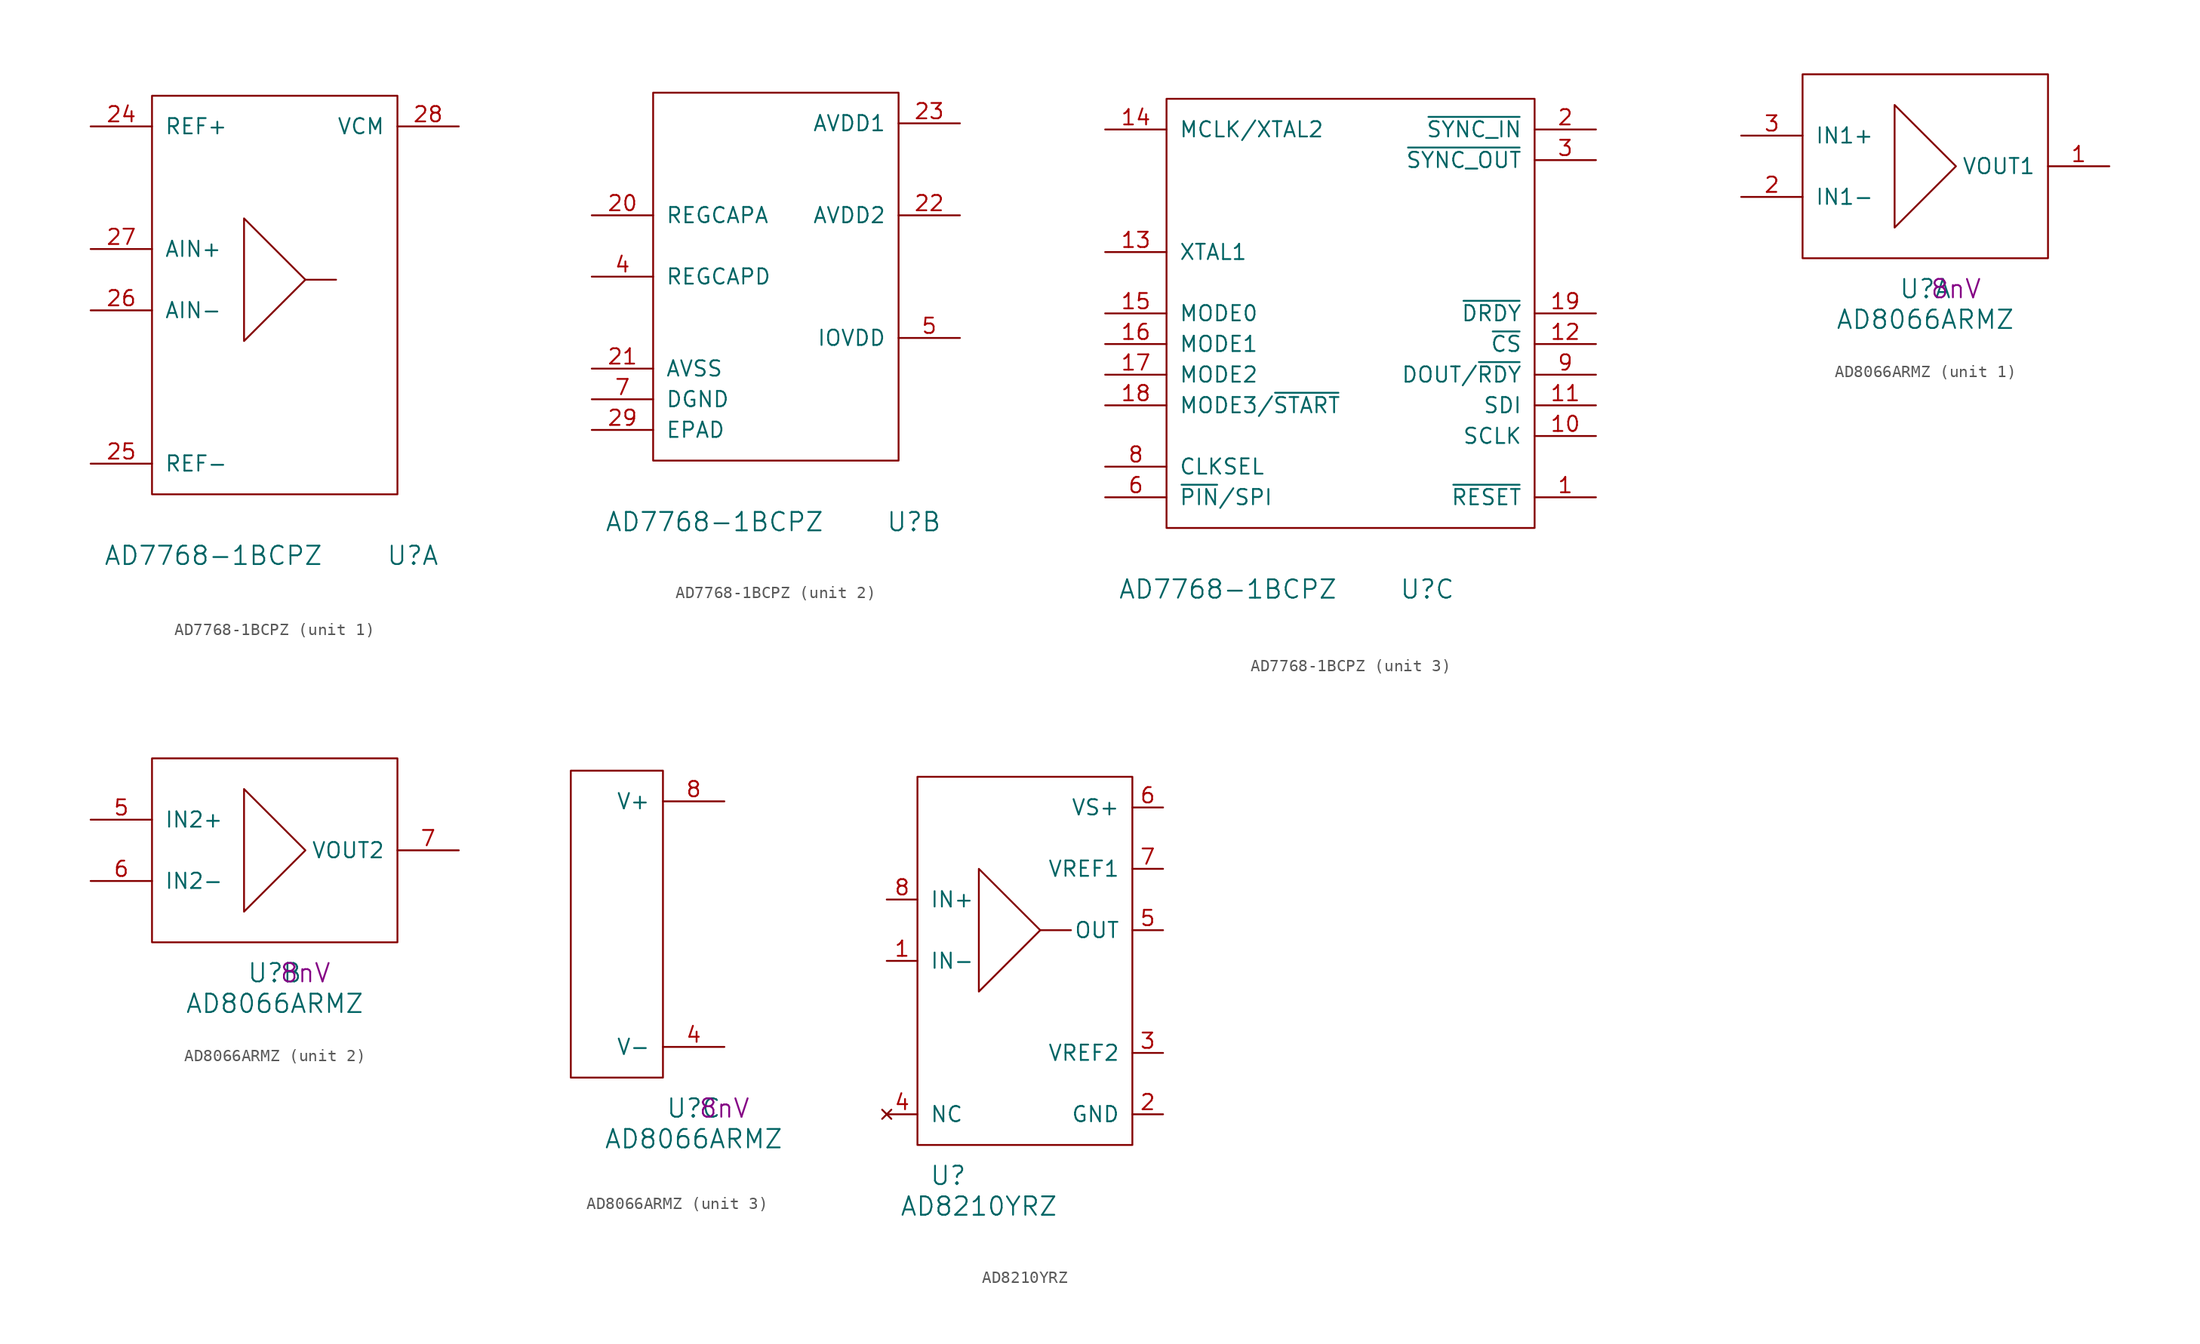
<source format=kicad_sym>
(kicad_symbol_lib
  (version 20220914)
  (generator kicad_symbol_editor)
  (symbol "AD7768-1BCPZ"
    (pin_names
      (offset 1.016))
    (property "Reference" "U"
      (at 21.59 -5.08 0)
      (effects (font (size 1.524 1.524))))
    (property "Value" "AD7768-1BCPZ"
      (at 5.08 -5.08 0)
      (effects (font (size 1.524 1.524))))
    (property "ki_locked" ""
      (at 0 0 0)
      (effects (font (size 1.27 1.27))))
    (symbol "AD7768-1BCPZ_1_1"
      (polyline (pts (xy 12.7 17.78) (xy 15.24 17.78)) (stroke (width 0) (type solid)) (fill (type none)))
      (polyline (pts (xy 12.7 17.78) (xy 7.62 22.86) (xy 7.62 12.7) (xy 12.7 17.78)) (stroke (width 0) (type solid)) (fill (type none)))
      (rectangle (start 0 0) (end 20.32 33.02) (stroke (width 0) (type solid)) (fill (type none)))
      (pin input line (at -5.08 30.48 0) (length 5.08) (name "REF+" (effects (font (size 1.27 1.27)))) (number "24" (effects (font (size 1.27 1.27)))))
      (pin input line (at -5.08 2.54 0) (length 5.08) (name "REF-" (effects (font (size 1.27 1.27)))) (number "25" (effects (font (size 1.27 1.27)))))
      (pin input line (at -5.08 15.24 0) (length 5.08) (name "AIN-" (effects (font (size 1.27 1.27)))) (number "26" (effects (font (size 1.27 1.27)))))
      (pin input line (at -5.08 20.32 0) (length 5.08) (name "AIN+" (effects (font (size 1.27 1.27)))) (number "27" (effects (font (size 1.27 1.27)))))
      (pin output line (at 25.4 30.48 180) (length 5.08) (name "VCM" (effects (font (size 1.27 1.27)))) (number "28" (effects (font (size 1.27 1.27))))))
    (symbol "AD7768-1BCPZ_2_1"
      (rectangle (start 0 0) (end 20.32 30.48) (stroke (width 0) (type solid)) (fill (type none)))
      (pin output line (at -5.08 20.32 0) (length 5.08) (name "REGCAPA" (effects (font (size 1.27 1.27)))) (number "20" (effects (font (size 1.27 1.27)))))
      (pin power_in line (at -5.08 7.62 0) (length 5.08) (name "AVSS" (effects (font (size 1.27 1.27)))) (number "21" (effects (font (size 1.27 1.27)))))
      (pin power_in line (at 25.4 20.32 180) (length 5.08) (name "AVDD2" (effects (font (size 1.27 1.27)))) (number "22" (effects (font (size 1.27 1.27)))))
      (pin power_in line (at 25.4 27.94 180) (length 5.08) (name "AVDD1" (effects (font (size 1.27 1.27)))) (number "23" (effects (font (size 1.27 1.27)))))
      (pin power_in line (at -5.08 2.54 0) (length 5.08) (name "EPAD" (effects (font (size 1.27 1.27)))) (number "29" (effects (font (size 1.27 1.27)))))
      (pin output line (at -5.08 15.24 0) (length 5.08) (name "REGCAPD" (effects (font (size 1.27 1.27)))) (number "4" (effects (font (size 1.27 1.27)))))
      (pin power_in line (at 25.4 10.16 180) (length 5.08) (name "IOVDD" (effects (font (size 1.27 1.27)))) (number "5" (effects (font (size 1.27 1.27)))))
      (pin power_in line (at -5.08 5.08 0) (length 5.08) (name "DGND" (effects (font (size 1.27 1.27)))) (number "7" (effects (font (size 1.27 1.27))))))
    (symbol "AD7768-1BCPZ_3_1"
      (rectangle (start 0 0) (end 30.48 35.56) (stroke (width 0) (type solid)) (fill (type none)))
      (pin input line (at 35.56 2.54 180) (length 5.08) (name "~{RESET}" (effects (font (size 1.27 1.27)))) (number "1" (effects (font (size 1.27 1.27)))))
      (pin input line (at 35.56 7.62 180) (length 5.08) (name "SCLK" (effects (font (size 1.27 1.27)))) (number "10" (effects (font (size 1.27 1.27)))))
      (pin input line (at 35.56 10.16 180) (length 5.08) (name "SDI" (effects (font (size 1.27 1.27)))) (number "11" (effects (font (size 1.27 1.27)))))
      (pin input line (at 35.56 15.24 180) (length 5.08) (name "~{CS}" (effects (font (size 1.27 1.27)))) (number "12" (effects (font (size 1.27 1.27)))))
      (pin input line (at -5.08 22.86 0) (length 5.08) (name "XTAL1" (effects (font (size 1.27 1.27)))) (number "13" (effects (font (size 1.27 1.27)))))
      (pin input line (at -5.08 33.02 0) (length 5.08) (name "MCLK/XTAL2" (effects (font (size 1.27 1.27)))) (number "14" (effects (font (size 1.27 1.27)))))
      (pin bidirectional line (at -5.08 17.78 0) (length 5.08) (name "MODE0" (effects (font (size 1.27 1.27)))) (number "15" (effects (font (size 1.27 1.27)))))
      (pin bidirectional line (at -5.08 15.24 0) (length 5.08) (name "MODE1" (effects (font (size 1.27 1.27)))) (number "16" (effects (font (size 1.27 1.27)))))
      (pin bidirectional line (at -5.08 12.7 0) (length 5.08) (name "MODE2" (effects (font (size 1.27 1.27)))) (number "17" (effects (font (size 1.27 1.27)))))
      (pin bidirectional line (at -5.08 10.16 0) (length 5.08) (name "MODE3/~{START}" (effects (font (size 1.27 1.27)))) (number "18" (effects (font (size 1.27 1.27)))))
      (pin output line (at 35.56 17.78 180) (length 5.08) (name "~{DRDY}" (effects (font (size 1.27 1.27)))) (number "19" (effects (font (size 1.27 1.27)))))
      (pin input line (at 35.56 33.02 180) (length 5.08) (name "~{SYNC_IN}" (effects (font (size 1.27 1.27)))) (number "2" (effects (font (size 1.27 1.27)))))
      (pin output line (at 35.56 30.48 180) (length 5.08) (name "~{SYNC_OUT}" (effects (font (size 1.27 1.27)))) (number "3" (effects (font (size 1.27 1.27)))))
      (pin input line (at -5.08 2.54 0) (length 5.08) (name "~{PIN}/SPI" (effects (font (size 1.27 1.27)))) (number "6" (effects (font (size 1.27 1.27)))))
      (pin input line (at -5.08 5.08 0) (length 5.08) (name "CLKSEL" (effects (font (size 1.27 1.27)))) (number "8" (effects (font (size 1.27 1.27)))))
      (pin output line (at 35.56 12.7 180) (length 5.08) (name "DOUT/~{RDY}" (effects (font (size 1.27 1.27)))) (number "9" (effects (font (size 1.27 1.27)))))))
  (symbol "AD8066ARMZ"
    (pin_names
      (offset 1.016))
    (property "Reference" "U"
      (at 10.16 -2.54 0)
      (effects (font (size 1.524 1.524))))
    (property "Value" "AD8066ARMZ"
      (at 10.16 -5.08 0)
      (effects (font (size 1.524 1.524))))
    (property "Noise" "8nV"
      (at 12.7 -2.54 0)
      (effects (font (size 1.524 1.524))))
    (property "ki_locked" ""
      (at 0 0 0)
      (effects (font (size 1.27 1.27))))
    (symbol "AD8066ARMZ_1_1"
      (polyline (pts (xy 12.7 7.62) (xy 7.62 12.7) (xy 7.62 2.54) (xy 12.7 7.62)) (stroke (width 0) (type solid)) (fill (type none)))
      (rectangle (start 0 0) (end 20.32 15.24) (stroke (width 0) (type solid)) (fill (type none)))
      (pin output line (at 25.4 7.62 180) (length 5.08) (name "VOUT1" (effects (font (size 1.27 1.27)))) (number "1" (effects (font (size 1.27 1.27)))))
      (pin input line (at -5.08 5.08 0) (length 5.08) (name "IN1-" (effects (font (size 1.27 1.27)))) (number "2" (effects (font (size 1.27 1.27)))))
      (pin input line (at -5.08 10.16 0) (length 5.08) (name "IN1+" (effects (font (size 1.27 1.27)))) (number "3" (effects (font (size 1.27 1.27))))))
    (symbol "AD8066ARMZ_2_1"
      (polyline (pts (xy 12.7 7.62) (xy 7.62 12.7) (xy 7.62 2.54) (xy 12.7 7.62)) (stroke (width 0) (type solid)) (fill (type none)))
      (rectangle (start 0 0) (end 20.32 15.24) (stroke (width 0) (type solid)) (fill (type none)))
      (pin input line (at -5.08 10.16 0) (length 5.08) (name "IN2+" (effects (font (size 1.27 1.27)))) (number "5" (effects (font (size 1.27 1.27)))))
      (pin input line (at -5.08 5.08 0) (length 5.08) (name "IN2-" (effects (font (size 1.27 1.27)))) (number "6" (effects (font (size 1.27 1.27)))))
      (pin output line (at 25.4 7.62 180) (length 5.08) (name "VOUT2" (effects (font (size 1.27 1.27)))) (number "7" (effects (font (size 1.27 1.27))))))
    (symbol "AD8066ARMZ_3_1"
      (rectangle (start 0 0) (end 7.62 25.4) (stroke (width 0) (type solid)) (fill (type none)))
      (pin power_in line (at 12.7 2.54 180) (length 5.08) (name "V-" (effects (font (size 1.27 1.27)))) (number "4" (effects (font (size 1.27 1.27)))))
      (pin power_in line (at 12.7 22.86 180) (length 5.08) (name "V+" (effects (font (size 1.27 1.27)))) (number "8" (effects (font (size 1.27 1.27)))))))
  (symbol "AD8210YRZ"
    (pin_names
      (offset 1.016))
    (property "Reference" "U"
      (at 2.54 -2.54 0)
      (effects (font (size 1.524 1.524))))
    (property "Value" "AD8210YRZ"
      (at 5.08 -5.08 0)
      (effects (font (size 1.524 1.524))))
    (symbol "AD8210YRZ_0_1"
      (polyline (pts (xy 10.16 17.78) (xy 12.7 17.78)) (stroke (width 0) (type solid)) (fill (type none)))
      (polyline (pts (xy 10.16 17.78) (xy 5.08 22.86) (xy 5.08 12.7) (xy 10.16 17.78)) (stroke (width 0) (type solid)) (fill (type none))))
    (symbol "AD8210YRZ_1_1"
      (rectangle (start 0 0) (end 17.78 30.48) (stroke (width 0) (type solid)) (fill (type none)))
      (pin input line (at -2.54 15.24 0) (length 2.54) (name "IN-" (effects (font (size 1.27 1.27)))) (number "1" (effects (font (size 1.27 1.27)))))
      (pin power_in line (at 20.32 2.54 180) (length 2.54) (name "GND" (effects (font (size 1.27 1.27)))) (number "2" (effects (font (size 1.27 1.27)))))
      (pin input line (at 20.32 7.62 180) (length 2.54) (name "VREF2" (effects (font (size 1.27 1.27)))) (number "3" (effects (font (size 1.27 1.27)))))
      (pin no_connect line (at -2.54 2.54 0) (length 2.54) (name "NC" (effects (font (size 1.27 1.27)))) (number "4" (effects (font (size 1.27 1.27)))))
      (pin output line (at 20.32 17.78 180) (length 2.54) (name "OUT" (effects (font (size 1.27 1.27)))) (number "5" (effects (font (size 1.27 1.27)))))
      (pin power_in line (at 20.32 27.94 180) (length 2.54) (name "VS+" (effects (font (size 1.27 1.27)))) (number "6" (effects (font (size 1.27 1.27)))))
      (pin input line (at 20.32 22.86 180) (length 2.54) (name "VREF1" (effects (font (size 1.27 1.27)))) (number "7" (effects (font (size 1.27 1.27)))))
      (pin input line (at -2.54 20.32 0) (length 2.54) (name "IN+" (effects (font (size 1.27 1.27)))) (number "8" (effects (font (size 1.27 1.27))))))))
</source>
